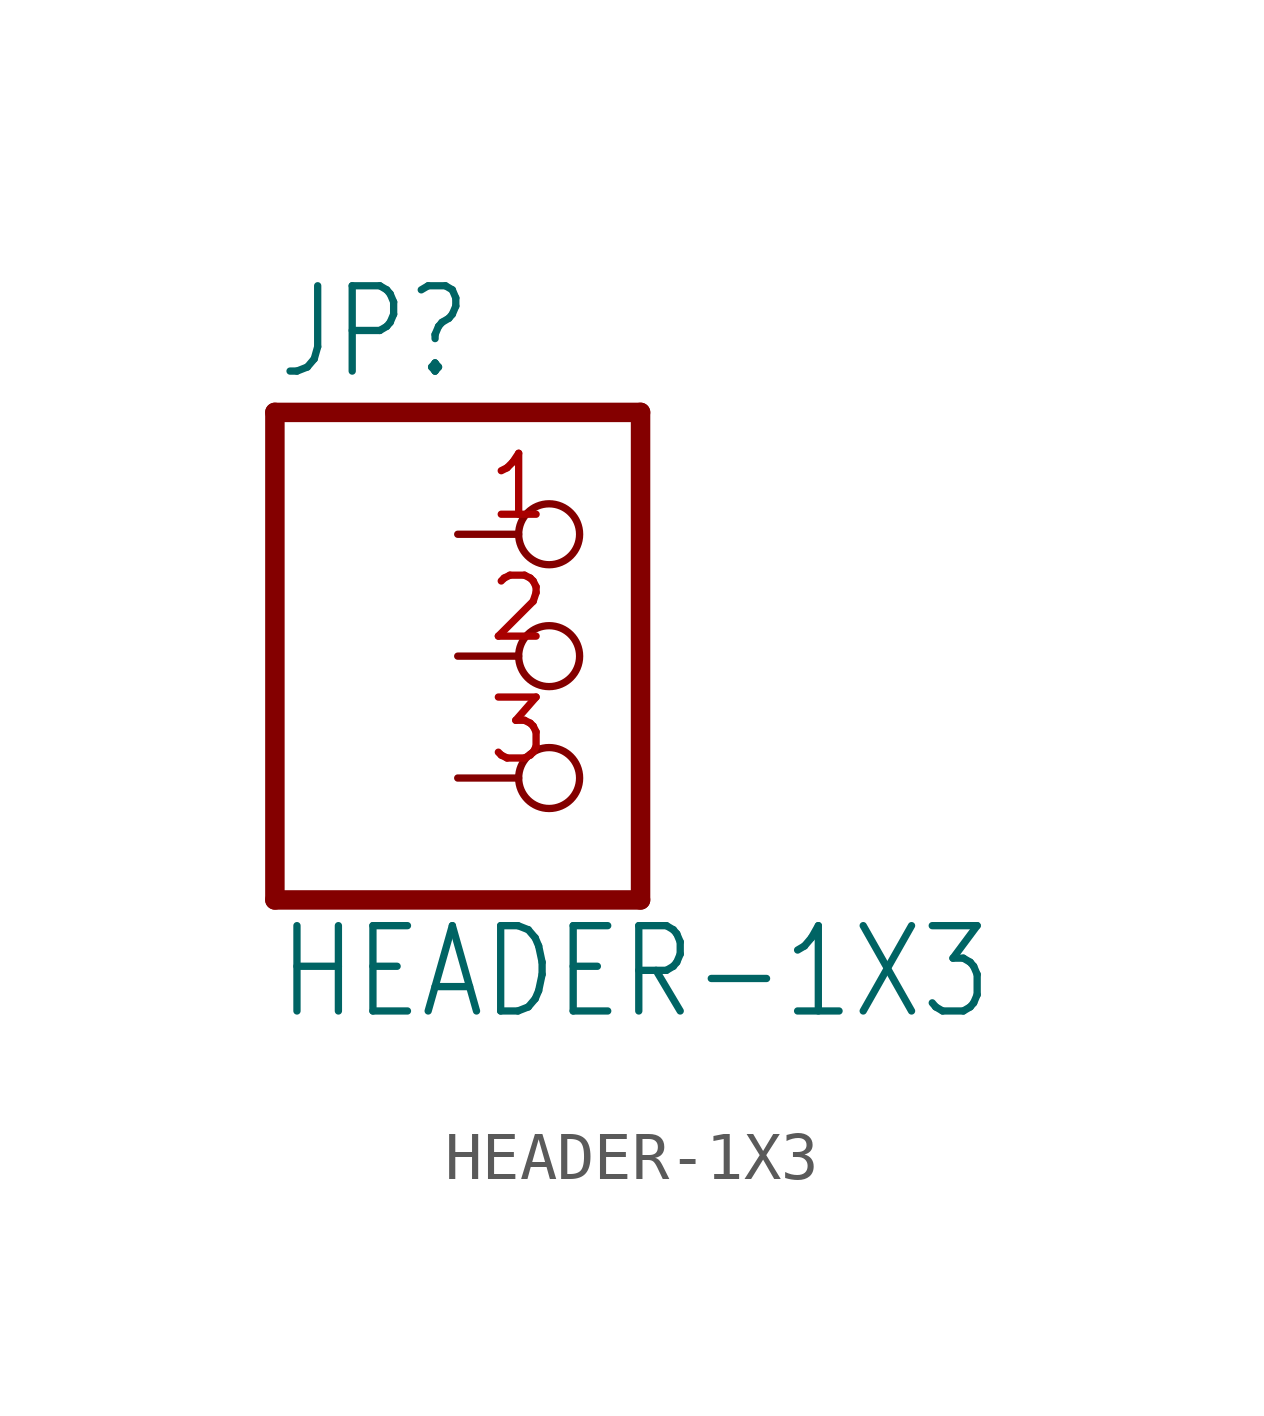
<source format=kicad_sym>
(kicad_symbol_lib
  (version 20211014)
  (generator kicad_symbol_editor)
  (symbol "HEADER-1X3"
    (property "Reference" "JP"
      (at -6.35 5.715 0)
      (effects (font (size 1.778 1.511)) (justify left bottom)))
    (property "Value" "HEADER-1X3"
      (at -6.35 -7.62 0)
      (effects (font (size 1.778 1.511)) (justify left bottom)))
    (property "ki_locked" ""
      (at 0 0 0)
      (effects (font (size 1.27 1.27))))
    (symbol "HEADER-1X3_1_0"
      (polyline (pts (xy -6.35 -5.08) (xy 1.27 -5.08)) (stroke (width 0.406) (type default) (color 0 0 0 0)) (fill (type none)))
      (polyline (pts (xy -6.35 5.08) (xy -6.35 -5.08)) (stroke (width 0.406) (type default) (color 0 0 0 0)) (fill (type none)))
      (polyline (pts (xy 1.27 -5.08) (xy 1.27 5.08)) (stroke (width 0.406) (type default) (color 0 0 0 0)) (fill (type none)))
      (polyline (pts (xy 1.27 5.08) (xy -6.35 5.08)) (stroke (width 0.406) (type default) (color 0 0 0 0)) (fill (type none)))
      (pin passive inverted (at -2.54 2.54 0) (length 2.54) (name "1" (effects (font (size 0 0)))) (number "1" (effects (font (size 1.27 1.27)))))
      (pin passive inverted (at -2.54 0 0) (length 2.54) (name "2" (effects (font (size 0 0)))) (number "2" (effects (font (size 1.27 1.27)))))
      (pin passive inverted (at -2.54 -2.54 0) (length 2.54) (name "3" (effects (font (size 0 0)))) (number "3" (effects (font (size 1.27 1.27))))))))
</source>
